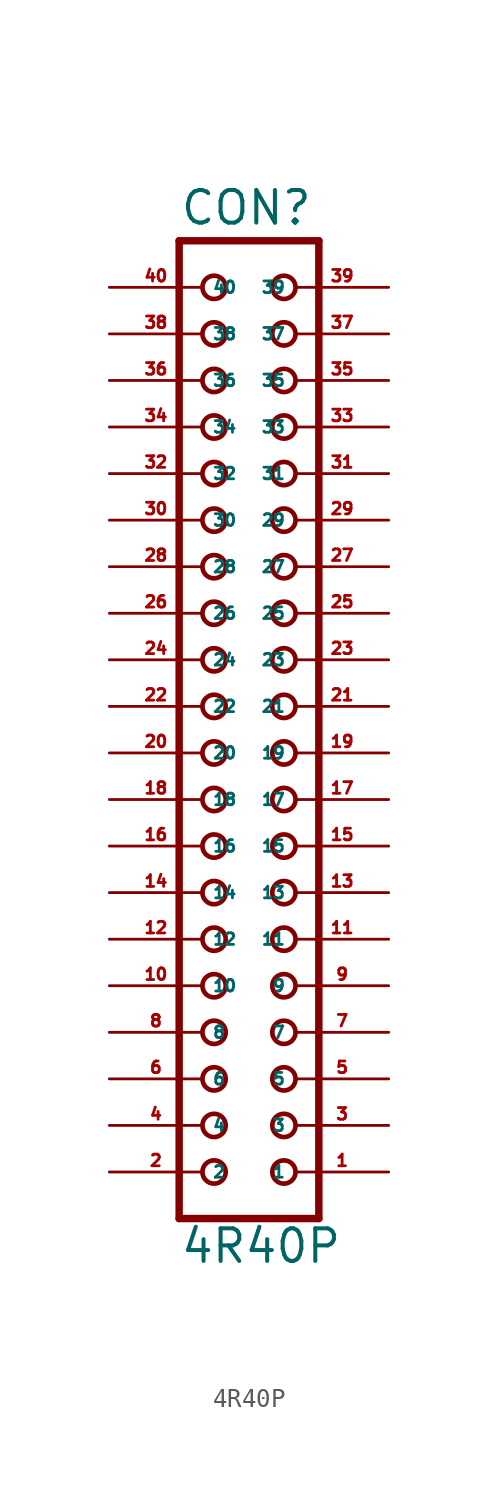
<source format=kicad_sym>
(kicad_symbol_lib
  (version 20220914)
  (generator Eagle2Kicad)
  (symbol "4R40P"
    (property "Reference" "CON"
      (at -3.81 26.162 0)
      (effects (font (size 1.778 1.778) (thickness 0.22)) (justify left bottom)))
    (property "Value" "4R40P"
      (at -3.81 -30.48 0)
      (effects (font (size 1.778 1.778) (thickness 0.22)) (justify left bottom)))
    (polyline
      (pts (xy 3.81 -27.94) (xy -3.81 -27.94))
      (stroke (width 0.406) (type default))
      (fill (type none)))
    (polyline
      (pts (xy -3.81 25.4) (xy -3.81 -27.94))
      (stroke (width 0.406) (type default))
      (fill (type none)))
    (polyline
      (pts (xy -3.81 25.4) (xy 3.81 25.4))
      (stroke (width 0.406) (type default))
      (fill (type none)))
    (polyline
      (pts (xy 3.81 -27.94) (xy 3.81 25.4))
      (stroke (width 0.406) (type default))
      (fill (type none)))
    (circle
      (center 1.905 -25.4)
      (radius 0.635)
      (stroke (width 0.254) (type default))
      (fill (type none)))
    (circle
      (center 1.905 -22.86)
      (radius 0.635)
      (stroke (width 0.254) (type default))
      (fill (type none)))
    (circle
      (center 1.905 -20.32)
      (radius 0.635)
      (stroke (width 0.254) (type default))
      (fill (type none)))
    (circle
      (center 1.905 -17.78)
      (radius 0.635)
      (stroke (width 0.254) (type default))
      (fill (type none)))
    (circle
      (center 1.905 -15.24)
      (radius 0.635)
      (stroke (width 0.254) (type default))
      (fill (type none)))
    (circle
      (center 1.905 -12.7)
      (radius 0.635)
      (stroke (width 0.254) (type default))
      (fill (type none)))
    (circle
      (center 1.905 -10.16)
      (radius 0.635)
      (stroke (width 0.254) (type default))
      (fill (type none)))
    (circle
      (center 1.905 -7.62)
      (radius 0.635)
      (stroke (width 0.254) (type default))
      (fill (type none)))
    (circle
      (center 1.905 -5.08)
      (radius 0.635)
      (stroke (width 0.254) (type default))
      (fill (type none)))
    (circle
      (center 1.905 -2.54)
      (radius 0.635)
      (stroke (width 0.254) (type default))
      (fill (type none)))
    (circle
      (center -1.905 -25.4)
      (radius 0.635)
      (stroke (width 0.254) (type default))
      (fill (type none)))
    (circle
      (center -1.905 -22.86)
      (radius 0.635)
      (stroke (width 0.254) (type default))
      (fill (type none)))
    (circle
      (center -1.905 -20.32)
      (radius 0.635)
      (stroke (width 0.254) (type default))
      (fill (type none)))
    (circle
      (center -1.905 -17.78)
      (radius 0.635)
      (stroke (width 0.254) (type default))
      (fill (type none)))
    (circle
      (center -1.905 -15.24)
      (radius 0.635)
      (stroke (width 0.254) (type default))
      (fill (type none)))
    (circle
      (center -1.905 -12.7)
      (radius 0.635)
      (stroke (width 0.254) (type default))
      (fill (type none)))
    (circle
      (center -1.905 -10.16)
      (radius 0.635)
      (stroke (width 0.254) (type default))
      (fill (type none)))
    (circle
      (center -1.905 -7.62)
      (radius 0.635)
      (stroke (width 0.254) (type default))
      (fill (type none)))
    (circle
      (center -1.905 -5.08)
      (radius 0.635)
      (stroke (width 0.254) (type default))
      (fill (type none)))
    (circle
      (center -1.905 -2.54)
      (radius 0.635)
      (stroke (width 0.254) (type default))
      (fill (type none)))
    (circle
      (center 1.905 0)
      (radius 0.635)
      (stroke (width 0.254) (type default))
      (fill (type none)))
    (circle
      (center 1.905 2.54)
      (radius 0.635)
      (stroke (width 0.254) (type default))
      (fill (type none)))
    (circle
      (center 1.905 5.08)
      (radius 0.635)
      (stroke (width 0.254) (type default))
      (fill (type none)))
    (circle
      (center 1.905 7.62)
      (radius 0.635)
      (stroke (width 0.254) (type default))
      (fill (type none)))
    (circle
      (center 1.905 10.16)
      (radius 0.635)
      (stroke (width 0.254) (type default))
      (fill (type none)))
    (circle
      (center 1.905 12.7)
      (radius 0.635)
      (stroke (width 0.254) (type default))
      (fill (type none)))
    (circle
      (center 1.905 15.24)
      (radius 0.635)
      (stroke (width 0.254) (type default))
      (fill (type none)))
    (circle
      (center 1.905 17.78)
      (radius 0.635)
      (stroke (width 0.254) (type default))
      (fill (type none)))
    (circle
      (center 1.905 20.32)
      (radius 0.635)
      (stroke (width 0.254) (type default))
      (fill (type none)))
    (circle
      (center 1.905 22.86)
      (radius 0.635)
      (stroke (width 0.254) (type default))
      (fill (type none)))
    (circle
      (center -1.905 0)
      (radius 0.635)
      (stroke (width 0.254) (type default))
      (fill (type none)))
    (circle
      (center -1.905 2.54)
      (radius 0.635)
      (stroke (width 0.254) (type default))
      (fill (type none)))
    (circle
      (center -1.905 5.08)
      (radius 0.635)
      (stroke (width 0.254) (type default))
      (fill (type none)))
    (circle
      (center -1.905 7.62)
      (radius 0.635)
      (stroke (width 0.254) (type default))
      (fill (type none)))
    (circle
      (center -1.905 10.16)
      (radius 0.635)
      (stroke (width 0.254) (type default))
      (fill (type none)))
    (circle
      (center -1.905 12.7)
      (radius 0.635)
      (stroke (width 0.254) (type default))
      (fill (type none)))
    (circle
      (center -1.905 15.24)
      (radius 0.635)
      (stroke (width 0.254) (type default))
      (fill (type none)))
    (circle
      (center -1.905 17.78)
      (radius 0.635)
      (stroke (width 0.254) (type default))
      (fill (type none)))
    (circle
      (center -1.905 20.32)
      (radius 0.635)
      (stroke (width 0.254) (type default))
      (fill (type none)))
    (circle
      (center -1.905 22.86)
      (radius 0.635)
      (stroke (width 0.254) (type default))
      (fill (type none)))
    (pin passive line
      (at 7.62 -25.4 180)
      (length 5.08)
      (name "1" (effects (font (size 0.635 0.635) (thickness 0.08)) (justify left bottom)))
      (number "1" (effects (font (size 0.635 0.635) (thickness 0.08)) (justify left bottom))))
    (pin passive line
      (at -7.62 -25.4 0)
      (length 5.08)
      (name "2" (effects (font (size 0.635 0.635) (thickness 0.08)) (justify left bottom)))
      (number "2" (effects (font (size 0.635 0.635) (thickness 0.08)) (justify left bottom))))
    (pin passive line
      (at 7.62 -22.86 180)
      (length 5.08)
      (name "3" (effects (font (size 0.635 0.635) (thickness 0.08)) (justify left bottom)))
      (number "3" (effects (font (size 0.635 0.635) (thickness 0.08)) (justify left bottom))))
    (pin passive line
      (at -7.62 -22.86 0)
      (length 5.08)
      (name "4" (effects (font (size 0.635 0.635) (thickness 0.08)) (justify left bottom)))
      (number "4" (effects (font (size 0.635 0.635) (thickness 0.08)) (justify left bottom))))
    (pin passive line
      (at 7.62 -20.32 180)
      (length 5.08)
      (name "5" (effects (font (size 0.635 0.635) (thickness 0.08)) (justify left bottom)))
      (number "5" (effects (font (size 0.635 0.635) (thickness 0.08)) (justify left bottom))))
    (pin passive line
      (at -7.62 -20.32 0)
      (length 5.08)
      (name "6" (effects (font (size 0.635 0.635) (thickness 0.08)) (justify left bottom)))
      (number "6" (effects (font (size 0.635 0.635) (thickness 0.08)) (justify left bottom))))
    (pin passive line
      (at 7.62 -17.78 180)
      (length 5.08)
      (name "7" (effects (font (size 0.635 0.635) (thickness 0.08)) (justify left bottom)))
      (number "7" (effects (font (size 0.635 0.635) (thickness 0.08)) (justify left bottom))))
    (pin passive line
      (at -7.62 -17.78 0)
      (length 5.08)
      (name "8" (effects (font (size 0.635 0.635) (thickness 0.08)) (justify left bottom)))
      (number "8" (effects (font (size 0.635 0.635) (thickness 0.08)) (justify left bottom))))
    (pin passive line
      (at 7.62 -15.24 180)
      (length 5.08)
      (name "9" (effects (font (size 0.635 0.635) (thickness 0.08)) (justify left bottom)))
      (number "9" (effects (font (size 0.635 0.635) (thickness 0.08)) (justify left bottom))))
    (pin passive line
      (at -7.62 -15.24 0)
      (length 5.08)
      (name "10" (effects (font (size 0.635 0.635) (thickness 0.08)) (justify left bottom)))
      (number "10" (effects (font (size 0.635 0.635) (thickness 0.08)) (justify left bottom))))
    (pin passive line
      (at 7.62 -12.7 180)
      (length 5.08)
      (name "11" (effects (font (size 0.635 0.635) (thickness 0.08)) (justify left bottom)))
      (number "11" (effects (font (size 0.635 0.635) (thickness 0.08)) (justify left bottom))))
    (pin passive line
      (at -7.62 -12.7 0)
      (length 5.08)
      (name "12" (effects (font (size 0.635 0.635) (thickness 0.08)) (justify left bottom)))
      (number "12" (effects (font (size 0.635 0.635) (thickness 0.08)) (justify left bottom))))
    (pin passive line
      (at 7.62 -10.16 180)
      (length 5.08)
      (name "13" (effects (font (size 0.635 0.635) (thickness 0.08)) (justify left bottom)))
      (number "13" (effects (font (size 0.635 0.635) (thickness 0.08)) (justify left bottom))))
    (pin passive line
      (at -7.62 -10.16 0)
      (length 5.08)
      (name "14" (effects (font (size 0.635 0.635) (thickness 0.08)) (justify left bottom)))
      (number "14" (effects (font (size 0.635 0.635) (thickness 0.08)) (justify left bottom))))
    (pin passive line
      (at 7.62 -7.62 180)
      (length 5.08)
      (name "15" (effects (font (size 0.635 0.635) (thickness 0.08)) (justify left bottom)))
      (number "15" (effects (font (size 0.635 0.635) (thickness 0.08)) (justify left bottom))))
    (pin passive line
      (at -7.62 -7.62 0)
      (length 5.08)
      (name "16" (effects (font (size 0.635 0.635) (thickness 0.08)) (justify left bottom)))
      (number "16" (effects (font (size 0.635 0.635) (thickness 0.08)) (justify left bottom))))
    (pin passive line
      (at 7.62 -5.08 180)
      (length 5.08)
      (name "17" (effects (font (size 0.635 0.635) (thickness 0.08)) (justify left bottom)))
      (number "17" (effects (font (size 0.635 0.635) (thickness 0.08)) (justify left bottom))))
    (pin passive line
      (at -7.62 -5.08 0)
      (length 5.08)
      (name "18" (effects (font (size 0.635 0.635) (thickness 0.08)) (justify left bottom)))
      (number "18" (effects (font (size 0.635 0.635) (thickness 0.08)) (justify left bottom))))
    (pin passive line
      (at 7.62 -2.54 180)
      (length 5.08)
      (name "19" (effects (font (size 0.635 0.635) (thickness 0.08)) (justify left bottom)))
      (number "19" (effects (font (size 0.635 0.635) (thickness 0.08)) (justify left bottom))))
    (pin passive line
      (at -7.62 -2.54 0)
      (length 5.08)
      (name "20" (effects (font (size 0.635 0.635) (thickness 0.08)) (justify left bottom)))
      (number "20" (effects (font (size 0.635 0.635) (thickness 0.08)) (justify left bottom))))
    (pin passive line
      (at 7.62 0 180)
      (length 5.08)
      (name "21" (effects (font (size 0.635 0.635) (thickness 0.08)) (justify left bottom)))
      (number "21" (effects (font (size 0.635 0.635) (thickness 0.08)) (justify left bottom))))
    (pin passive line
      (at -7.62 0 0)
      (length 5.08)
      (name "22" (effects (font (size 0.635 0.635) (thickness 0.08)) (justify left bottom)))
      (number "22" (effects (font (size 0.635 0.635) (thickness 0.08)) (justify left bottom))))
    (pin passive line
      (at 7.62 2.54 180)
      (length 5.08)
      (name "23" (effects (font (size 0.635 0.635) (thickness 0.08)) (justify left bottom)))
      (number "23" (effects (font (size 0.635 0.635) (thickness 0.08)) (justify left bottom))))
    (pin passive line
      (at -7.62 2.54 0)
      (length 5.08)
      (name "24" (effects (font (size 0.635 0.635) (thickness 0.08)) (justify left bottom)))
      (number "24" (effects (font (size 0.635 0.635) (thickness 0.08)) (justify left bottom))))
    (pin passive line
      (at 7.62 5.08 180)
      (length 5.08)
      (name "25" (effects (font (size 0.635 0.635) (thickness 0.08)) (justify left bottom)))
      (number "25" (effects (font (size 0.635 0.635) (thickness 0.08)) (justify left bottom))))
    (pin passive line
      (at -7.62 5.08 0)
      (length 5.08)
      (name "26" (effects (font (size 0.635 0.635) (thickness 0.08)) (justify left bottom)))
      (number "26" (effects (font (size 0.635 0.635) (thickness 0.08)) (justify left bottom))))
    (pin passive line
      (at 7.62 7.62 180)
      (length 5.08)
      (name "27" (effects (font (size 0.635 0.635) (thickness 0.08)) (justify left bottom)))
      (number "27" (effects (font (size 0.635 0.635) (thickness 0.08)) (justify left bottom))))
    (pin passive line
      (at -7.62 7.62 0)
      (length 5.08)
      (name "28" (effects (font (size 0.635 0.635) (thickness 0.08)) (justify left bottom)))
      (number "28" (effects (font (size 0.635 0.635) (thickness 0.08)) (justify left bottom))))
    (pin passive line
      (at 7.62 10.16 180)
      (length 5.08)
      (name "29" (effects (font (size 0.635 0.635) (thickness 0.08)) (justify left bottom)))
      (number "29" (effects (font (size 0.635 0.635) (thickness 0.08)) (justify left bottom))))
    (pin passive line
      (at -7.62 10.16 0)
      (length 5.08)
      (name "30" (effects (font (size 0.635 0.635) (thickness 0.08)) (justify left bottom)))
      (number "30" (effects (font (size 0.635 0.635) (thickness 0.08)) (justify left bottom))))
    (pin passive line
      (at 7.62 12.7 180)
      (length 5.08)
      (name "31" (effects (font (size 0.635 0.635) (thickness 0.08)) (justify left bottom)))
      (number "31" (effects (font (size 0.635 0.635) (thickness 0.08)) (justify left bottom))))
    (pin passive line
      (at -7.62 12.7 0)
      (length 5.08)
      (name "32" (effects (font (size 0.635 0.635) (thickness 0.08)) (justify left bottom)))
      (number "32" (effects (font (size 0.635 0.635) (thickness 0.08)) (justify left bottom))))
    (pin passive line
      (at 7.62 15.24 180)
      (length 5.08)
      (name "33" (effects (font (size 0.635 0.635) (thickness 0.08)) (justify left bottom)))
      (number "33" (effects (font (size 0.635 0.635) (thickness 0.08)) (justify left bottom))))
    (pin passive line
      (at -7.62 15.24 0)
      (length 5.08)
      (name "34" (effects (font (size 0.635 0.635) (thickness 0.08)) (justify left bottom)))
      (number "34" (effects (font (size 0.635 0.635) (thickness 0.08)) (justify left bottom))))
    (pin passive line
      (at 7.62 17.78 180)
      (length 5.08)
      (name "35" (effects (font (size 0.635 0.635) (thickness 0.08)) (justify left bottom)))
      (number "35" (effects (font (size 0.635 0.635) (thickness 0.08)) (justify left bottom))))
    (pin passive line
      (at -7.62 17.78 0)
      (length 5.08)
      (name "36" (effects (font (size 0.635 0.635) (thickness 0.08)) (justify left bottom)))
      (number "36" (effects (font (size 0.635 0.635) (thickness 0.08)) (justify left bottom))))
    (pin passive line
      (at 7.62 20.32 180)
      (length 5.08)
      (name "37" (effects (font (size 0.635 0.635) (thickness 0.08)) (justify left bottom)))
      (number "37" (effects (font (size 0.635 0.635) (thickness 0.08)) (justify left bottom))))
    (pin passive line
      (at -7.62 20.32 0)
      (length 5.08)
      (name "38" (effects (font (size 0.635 0.635) (thickness 0.08)) (justify left bottom)))
      (number "38" (effects (font (size 0.635 0.635) (thickness 0.08)) (justify left bottom))))
    (pin passive line
      (at 7.62 22.86 180)
      (length 5.08)
      (name "39" (effects (font (size 0.635 0.635) (thickness 0.08)) (justify left bottom)))
      (number "39" (effects (font (size 0.635 0.635) (thickness 0.08)) (justify left bottom))))
    (pin passive line
      (at -7.62 22.86 0)
      (length 5.08)
      (name "40" (effects (font (size 0.635 0.635) (thickness 0.08)) (justify left bottom)))
      (number "40" (effects (font (size 0.635 0.635) (thickness 0.08)) (justify left bottom))))))
</source>
